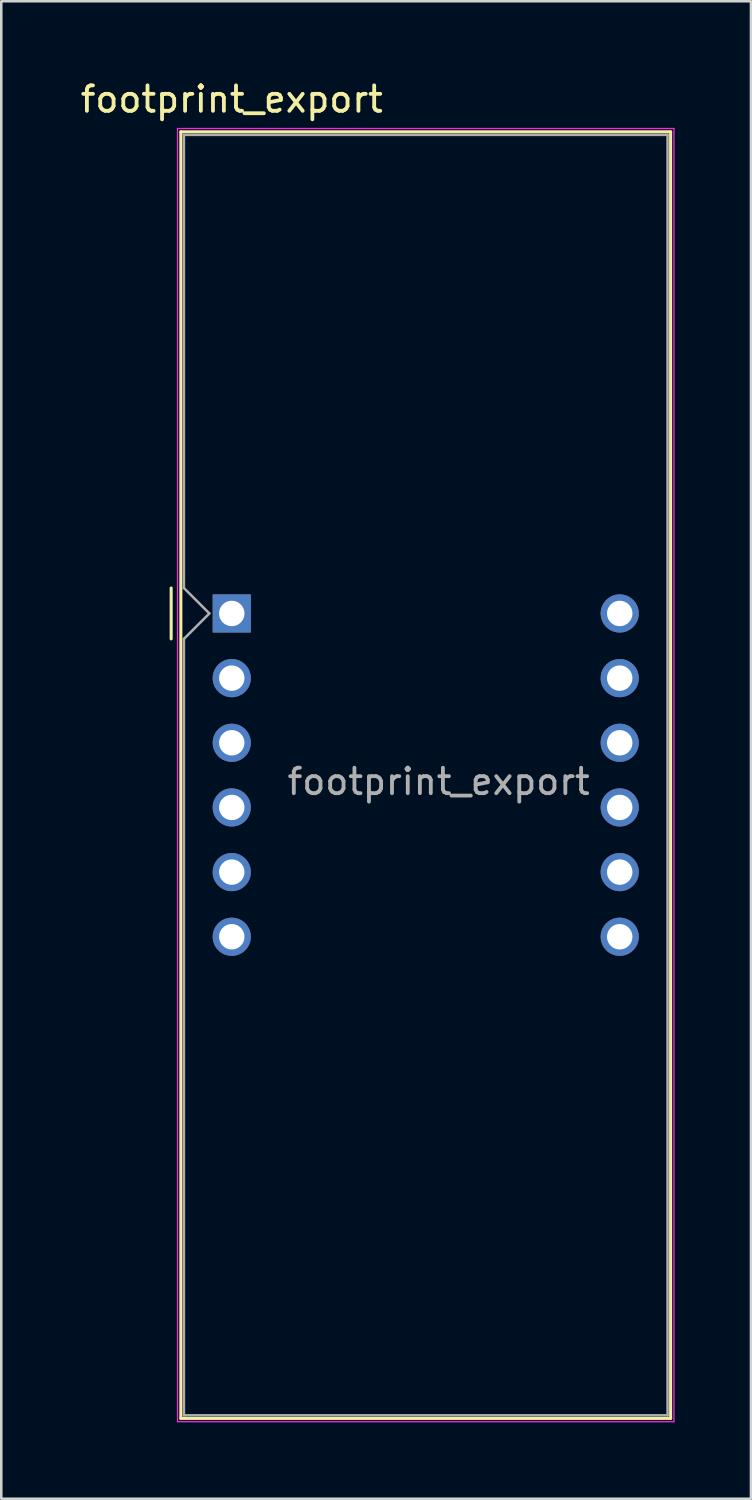
<source format=kicad_pcb>
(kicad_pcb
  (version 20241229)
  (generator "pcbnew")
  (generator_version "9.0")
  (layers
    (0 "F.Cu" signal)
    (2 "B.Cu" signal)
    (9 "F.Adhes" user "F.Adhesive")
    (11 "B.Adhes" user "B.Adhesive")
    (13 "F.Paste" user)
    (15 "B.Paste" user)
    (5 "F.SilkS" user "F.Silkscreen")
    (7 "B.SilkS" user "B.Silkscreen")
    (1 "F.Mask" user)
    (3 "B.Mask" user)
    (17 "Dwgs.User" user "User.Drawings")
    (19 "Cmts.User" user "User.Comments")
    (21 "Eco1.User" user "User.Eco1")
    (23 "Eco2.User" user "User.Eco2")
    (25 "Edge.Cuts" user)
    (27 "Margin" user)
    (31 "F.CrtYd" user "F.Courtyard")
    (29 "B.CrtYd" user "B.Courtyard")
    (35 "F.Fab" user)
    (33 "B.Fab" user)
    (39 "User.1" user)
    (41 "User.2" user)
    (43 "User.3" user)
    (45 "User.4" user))
  (footprint "footprint_export"
    (layer "F.Cu")
    (at 6.054 21.048)
    (property "Reference" "footprint_export" (at 0 -20.2 0) (layer "F.SilkS") (effects (font (size 1 1) (thickness 0.15))))
    (attr through_hole)
    (fp_line (start -2.38 -1) (end -2.38 1) (stroke (width 0.12) (type solid)) (layer "F.SilkS"))
    (fp_line (start -2 -18.92) (end -2 31.62) (stroke (width 0.12) (type solid)) (layer "F.SilkS"))
    (fp_line (start -2 -18.92) (end 17.24 -18.92) (stroke (width 0.12) (type solid)) (layer "F.SilkS"))
    (fp_line (start -2 31.62) (end 17.24 31.62) (stroke (width 0.12) (type solid)) (layer "F.SilkS"))
    (fp_line (start 17.24 31.62) (end 17.24 -18.92) (stroke (width 0.12) (type solid)) (layer "F.SilkS"))
    (fp_line (start -2.13 -19.05) (end 17.37 -19.05) (stroke (width 0.05) (type solid)) (layer "F.CrtYd"))
    (fp_line (start -2.13 31.75) (end -2.13 -19.05) (stroke (width 0.05) (type solid)) (layer "F.CrtYd"))
    (fp_line (start 17.37 -19.05) (end 17.37 31.75) (stroke (width 0.05) (type solid)) (layer "F.CrtYd"))
    (fp_line (start 17.37 31.75) (end -2.13 31.75) (stroke (width 0.05) (type solid)) (layer "F.CrtYd"))
    (fp_line (start -1.88 -18.8) (end 17.12 -18.8) (stroke (width 0.1) (type solid)) (layer "F.Fab"))
    (fp_line (start -1.88 -1) (end -1.88 -18.8) (stroke (width 0.1) (type solid)) (layer "F.Fab"))
    (fp_line (start -1.88 1) (end -1.88 31.5) (stroke (width 0.1) (type solid)) (layer "F.Fab"))
    (fp_line (start -1.88 1) (end -0.88 0) (stroke (width 0.1) (type solid)) (layer "F.Fab"))
    (fp_line (start -1.88 31.5) (end 17.12 31.5) (stroke (width 0.1) (type solid)) (layer "F.Fab"))
    (fp_line (start -0.88 0) (end -1.88 -1) (stroke (width 0.1) (type solid)) (layer "F.Fab"))
    (fp_line (start 17.12 -18.8) (end 17.12 31.5) (stroke (width 0.1) (type solid)) (layer "F.Fab"))
    (fp_text user "${REFERENCE}" (at 8.128 6.604 0) (layer "F.Fab") (effects (font (size 1 1) (thickness 0.15))))
    (pad "1" thru_hole rect (at 0 0) (size 1.5 1.5) (drill 1) (layers "*.Cu" "*.Mask"))
    (pad "2" thru_hole circle (at 0 2.54) (size 1.5 1.5) (drill 1) (layers "*.Cu" "*.Mask"))
    (pad "3" thru_hole circle (at 0 5.08) (size 1.5 1.5) (drill 1) (layers "*.Cu" "*.Mask"))
    (pad "4" thru_hole circle (at 0 7.62) (size 1.5 1.5) (drill 1) (layers "*.Cu" "*.Mask"))
    (pad "5" thru_hole circle (at 0 10.16) (size 1.5 1.5) (drill 1) (layers "*.Cu" "*.Mask"))
    (pad "6" thru_hole circle (at 0 12.7) (size 1.5 1.5) (drill 1) (layers "*.Cu" "*.Mask"))
    (pad "7" thru_hole circle (at 15.24 12.7) (size 1.5 1.5) (drill 1) (layers "*.Cu" "*.Mask"))
    (pad "8" thru_hole circle (at 15.24 10.16) (size 1.5 1.5) (drill 1) (layers "*.Cu" "*.Mask"))
    (pad "9" thru_hole circle (at 15.24 7.62) (size 1.5 1.5) (drill 1) (layers "*.Cu" "*.Mask"))
    (pad "10" thru_hole circle (at 15.24 5.08) (size 1.5 1.5) (drill 1) (layers "*.Cu" "*.Mask"))
    (pad "11" thru_hole circle (at 15.24 2.54) (size 1.5 1.5) (drill 1) (layers "*.Cu" "*.Mask"))
    (pad "12" thru_hole circle (at 15.24 0) (size 1.5 1.5) (drill 1) (layers "*.Cu" "*.Mask")))
  (gr_rect
    (start -3 -3)
    (end 26.449 55.823)
    (stroke (width 0.1) (type default))
    (fill no)
    (layer "Edge.Cuts")))
</source>
